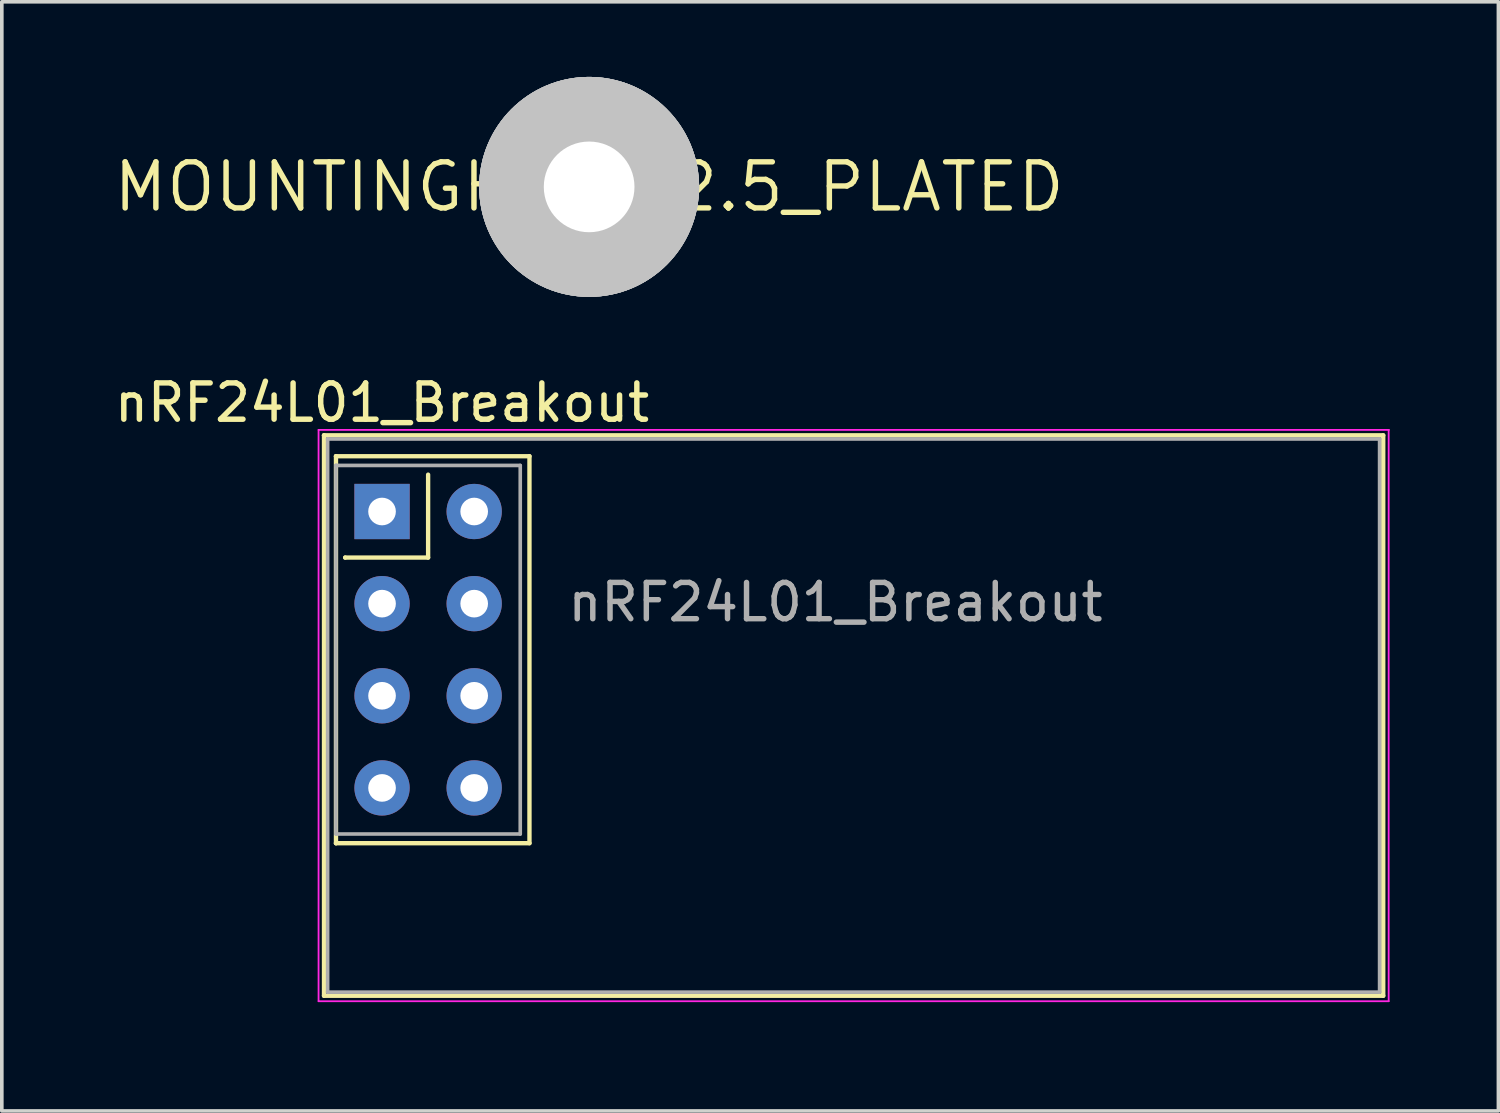
<source format=kicad_pcb>
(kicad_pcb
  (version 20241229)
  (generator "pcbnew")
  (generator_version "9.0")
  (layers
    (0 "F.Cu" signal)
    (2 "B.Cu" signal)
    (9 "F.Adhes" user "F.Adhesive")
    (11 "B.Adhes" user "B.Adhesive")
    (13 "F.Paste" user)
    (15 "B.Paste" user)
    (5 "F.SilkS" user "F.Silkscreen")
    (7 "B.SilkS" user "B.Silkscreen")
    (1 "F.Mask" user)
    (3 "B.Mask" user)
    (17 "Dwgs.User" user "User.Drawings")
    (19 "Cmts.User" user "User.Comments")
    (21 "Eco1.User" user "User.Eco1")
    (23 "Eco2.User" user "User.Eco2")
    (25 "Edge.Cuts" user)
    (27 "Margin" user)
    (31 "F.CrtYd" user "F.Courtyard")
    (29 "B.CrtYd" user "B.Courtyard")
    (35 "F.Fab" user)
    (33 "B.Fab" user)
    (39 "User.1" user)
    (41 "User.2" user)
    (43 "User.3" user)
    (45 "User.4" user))
  (footprint "nRF24L01_Breakout"
    (layer "F.Cu")
    (at 7.482 11.051)
    (property "Reference" "nRF24L01_Breakout" (at 0 -3 0) (layer "F.SilkS") (effects (font (size 1 1) (thickness 0.15))))
    (attr through_hole)
    (fp_line (start -1.6 -2.1) (end -1.6 -2.1) (stroke (width 0.12) (type solid)) (layer "F.SilkS"))
    (fp_line (start -1.6 -2.1) (end 27.6 -2.1) (stroke (width 0.12) (type solid)) (layer "F.SilkS"))
    (fp_line (start -1.6 13.35) (end -1.6 -2.1) (stroke (width 0.12) (type solid)) (layer "F.SilkS"))
    (fp_line (start -1.27 -1.524) (end -1.27 -1.524) (stroke (width 0.12) (type solid)) (layer "F.SilkS"))
    (fp_line (start -1.27 -1.524) (end 4.064 -1.524) (stroke (width 0.12) (type solid)) (layer "F.SilkS"))
    (fp_line (start -1.27 9.144) (end -1.27 -1.524) (stroke (width 0.12) (type solid)) (layer "F.SilkS"))
    (fp_line (start -1.27 9.144) (end -1.27 9.144) (stroke (width 0.12) (type solid)) (layer "F.SilkS"))
    (fp_line (start -1.016 1.27) (end -1.016 1.27) (stroke (width 0.12) (type solid)) (layer "F.SilkS"))
    (fp_line (start 1.27 -1.016) (end 1.27 1.27) (stroke (width 0.12) (type solid)) (layer "F.SilkS"))
    (fp_line (start 1.27 1.27) (end -1.016 1.27) (stroke (width 0.12) (type solid)) (layer "F.SilkS"))
    (fp_line (start 4.064 -1.524) (end 4.064 9.144) (stroke (width 0.12) (type solid)) (layer "F.SilkS"))
    (fp_line (start 4.064 9.144) (end -1.27 9.144) (stroke (width 0.12) (type solid)) (layer "F.SilkS"))
    (fp_line (start 27.6 -2.1) (end 27.6 13.35) (stroke (width 0.12) (type solid)) (layer "F.SilkS"))
    (fp_line (start 27.6 13.35) (end -1.6 13.35) (stroke (width 0.12) (type solid)) (layer "F.SilkS"))
    (fp_line (start -1.75 -2.25) (end -1.75 13.5) (stroke (width 0.05) (type solid)) (layer "F.CrtYd"))
    (fp_line (start -1.75 13.5) (end 27.75 13.5) (stroke (width 0.05) (type solid)) (layer "F.CrtYd"))
    (fp_line (start 27.75 -2.25) (end -1.75 -2.25) (stroke (width 0.05) (type solid)) (layer "F.CrtYd"))
    (fp_line (start 27.75 -2.25) (end 27.75 -2.25) (stroke (width 0.05) (type solid)) (layer "F.CrtYd"))
    (fp_line (start 27.75 13.5) (end 27.75 -2.25) (stroke (width 0.05) (type solid)) (layer "F.CrtYd"))
    (fp_line (start -1.5 -2) (end -1.5 -2) (stroke (width 0.1) (type solid)) (layer "F.Fab"))
    (fp_line (start -1.5 -2) (end 27.5 -2) (stroke (width 0.1) (type solid)) (layer "F.Fab"))
    (fp_line (start -1.5 13.25) (end -1.5 -2) (stroke (width 0.1) (type solid)) (layer "F.Fab"))
    (fp_line (start -1.27 -1.27) (end -1.27 -1.27) (stroke (width 0.1) (type solid)) (layer "F.Fab"))
    (fp_line (start -1.27 -1.27) (end 3.81 -1.27) (stroke (width 0.1) (type solid)) (layer "F.Fab"))
    (fp_line (start -1.27 8.89) (end -1.27 -1.27) (stroke (width 0.1) (type solid)) (layer "F.Fab"))
    (fp_line (start 3.81 -1.27) (end 3.81 8.89) (stroke (width 0.1) (type solid)) (layer "F.Fab"))
    (fp_line (start 3.81 8.89) (end -1.27 8.89) (stroke (width 0.1) (type solid)) (layer "F.Fab"))
    (fp_line (start 27.5 -2) (end 27.5 13.25) (stroke (width 0.1) (type solid)) (layer "F.Fab"))
    (fp_line (start 27.5 13.25) (end -1.5 13.25) (stroke (width 0.1) (type solid)) (layer "F.Fab"))
    (fp_text user "${REFERENCE}" (at 12.5 2.5 0) (layer "F.Fab") (effects (font (size 1 1) (thickness 0.15))))
    (pad "1" thru_hole rect (at 0 0) (size 1.524 1.524) (drill 0.762) (layers "*.Cu" "*.Mask"))
    (pad "2" thru_hole circle (at 2.54 0) (size 1.524 1.524) (drill 0.762) (layers "*.Cu" "*.Mask"))
    (pad "3" thru_hole circle (at 0 2.54) (size 1.524 1.524) (drill 0.762) (layers "*.Cu" "*.Mask"))
    (pad "4" thru_hole circle (at 2.54 2.54) (size 1.524 1.524) (drill 0.762) (layers "*.Cu" "*.Mask"))
    (pad "5" thru_hole circle (at 0 5.08) (size 1.524 1.524) (drill 0.762) (layers "*.Cu" "*.Mask"))
    (pad "6" thru_hole circle (at 2.54 5.08) (size 1.524 1.524) (drill 0.762) (layers "*.Cu" "*.Mask"))
    (pad "7" thru_hole circle (at 0 7.62) (size 1.524 1.524) (drill 0.762) (layers "*.Cu" "*.Mask"))
    (pad "8" thru_hole circle (at 2.54 7.62) (size 1.524 1.524) (drill 0.762) (layers "*.Cu" "*.Mask")))
  (footprint "MOUNTINGHOLE_2.5_PLATED"
    (layer "F.Cu")
    (at 13.191 2.102)
    (property "Reference" "MOUNTINGHOLE_2.5_PLATED" (at 0 0 0) (layer "F.SilkS") (effects (font (size 1.27 1.27) (thickness 0.15))))
    (attr through_hole)
    (fp_circle (center 0 0) (end 2 0) (stroke (width 0.203) (type solid)) (fill no) (layer "F.SilkS"))
    (fp_circle (center 0 0) (end 1 0) (stroke (width 2.032) (type solid)) (fill no) (layer "Dwgs.User"))
    (fp_circle (center 0 0) (end 1 0) (stroke (width 2.032) (type solid)) (fill no) (layer "Dwgs.User"))
    (fp_circle (center 0 0) (end 1 0) (stroke (width 2.032) (type solid)) (fill no) (layer "Dwgs.User"))
    (fp_circle (center 0 0) (end 1 0) (stroke (width 2.032) (type solid)) (fill no) (layer "Dwgs.User"))
    (pad "P$1" thru_hole circle (at 0 0) (size 3.2 3.2) (drill 2.5) (layers "*.Cu" "*.Mask")))
  (gr_rect
    (start -3 -3)
    (end 38.257 27.576)
    (stroke (width 0.1) (type default))
    (fill no)
    (layer "Edge.Cuts")))
</source>
